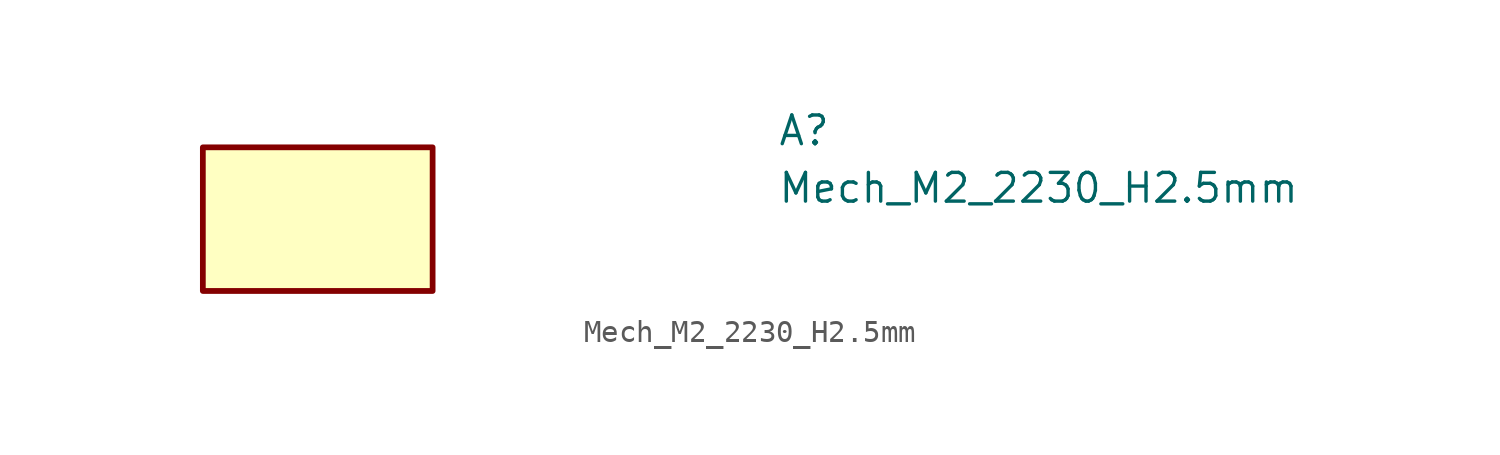
<source format=kicad_sym>
(kicad_symbol_lib
  (version 20211014)
  (generator kicad_symbol_editor)
  (symbol "Mech_M2_2230_H2.5mm"
    (property "Reference" "A"
      (at 25.4 0 0)
      (effects (font (size 1.27 1.27) (thickness 0.15)) (justify left bottom)))
    (property "Value" "Mech_M2_2230_H2.5mm"
      (at 25.4 -2.54 0)
      (effects (font (size 1.27 1.27) (thickness 0.15)) (justify left bottom)))
    (symbol "Mech_M2_2230_H2.5mm_1_1"
      (rectangle (start 10.16 -6.35) (end 0 0) (stroke (width 0.254) (type default) (color 0 0 0 0)) (fill (type background))))))
</source>
